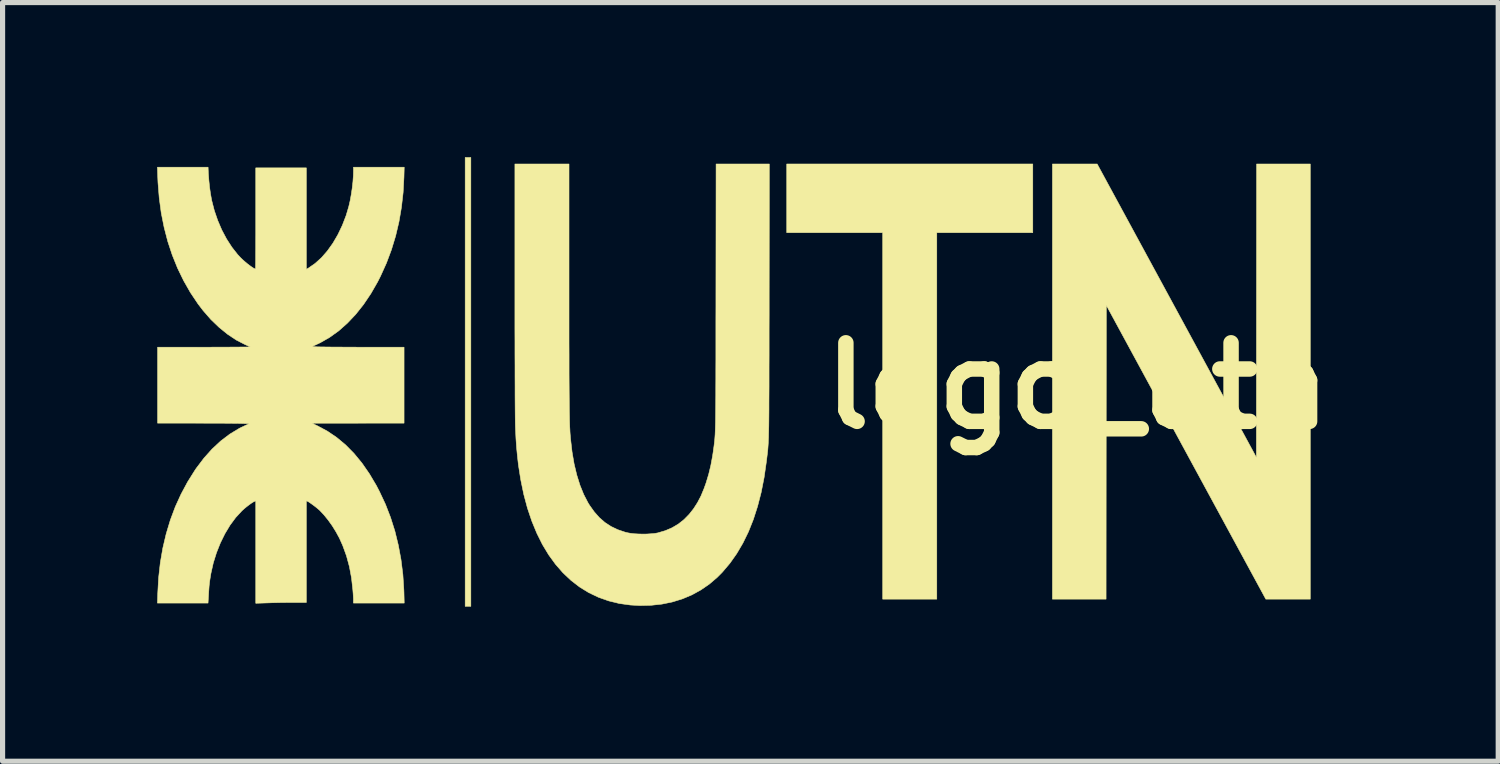
<source format=kicad_pcb>
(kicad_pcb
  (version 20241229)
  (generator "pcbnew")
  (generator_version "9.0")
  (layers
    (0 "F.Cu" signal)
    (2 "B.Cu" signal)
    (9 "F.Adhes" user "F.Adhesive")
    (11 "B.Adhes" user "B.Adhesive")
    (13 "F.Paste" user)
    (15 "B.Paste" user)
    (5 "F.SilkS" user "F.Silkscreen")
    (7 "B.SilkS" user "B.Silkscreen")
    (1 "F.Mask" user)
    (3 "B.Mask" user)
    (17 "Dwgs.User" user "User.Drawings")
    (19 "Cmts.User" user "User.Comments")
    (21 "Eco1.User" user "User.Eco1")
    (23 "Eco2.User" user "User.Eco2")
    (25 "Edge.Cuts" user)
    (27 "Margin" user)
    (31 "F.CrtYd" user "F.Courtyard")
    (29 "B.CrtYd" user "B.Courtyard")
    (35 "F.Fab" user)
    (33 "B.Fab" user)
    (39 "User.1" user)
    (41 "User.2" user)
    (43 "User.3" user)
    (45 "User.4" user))
  (footprint "logo_utn"
    (layer "F.Cu")
    (at 17.864 4.437)
    (property "Reference" "logo_utn" (at 0 0 0) (layer "F.SilkS") (effects (font (size 1.524 1.524) (thickness 0.3))))
    (attr through_hole)
    (fp_poly (pts (xy -11.777 4.28) (xy -11.887 4.28) (xy -11.887 -4.432) (xy -11.777 -4.432) (xy -11.777 4.28)) (stroke (width 0.01) (type solid)) (fill yes) (layer "F.SilkS"))
    (fp_poly (pts (xy -0.872 -2.972) (xy -2.735 -2.972) (xy -2.735 4.14) (xy -3.785 4.14) (xy -3.785 -2.972) (xy -5.647 -2.972) (xy -5.647 -4.305) (xy -0.872 -4.305) (xy -0.872 -2.972)) (stroke (width 0.01) (type solid)) (fill yes) (layer "F.SilkS"))
    (fp_poly (pts (xy 4.513 4.14) (xy 3.65 4.14) (xy 2.102 1.289) (xy 0.555 -1.562) (xy 0.552 1.289) (xy 0.55 4.14) (xy -0.491 4.14) (xy -0.491 -4.305) (xy 0.377 -4.305) (xy 1.922 -1.458) (xy 3.467 1.389) (xy 3.471 -4.305) (xy 4.513 -4.305) (xy 4.513 4.14)) (stroke (width 0.01) (type solid)) (fill yes) (layer "F.SilkS"))
    (fp_poly (pts (xy -9.872 -1.921) (xy -9.872 -1.614) (xy -9.872 -1.33) (xy -9.872 -1.07) (xy -9.872 -0.832) (xy -9.871 -0.615) (xy -9.871 -0.417) (xy -9.871 -0.238) (xy -9.87 -0.076) (xy -9.869 0.069) (xy -9.868 0.2) (xy -9.867 0.317) (xy -9.866 0.421) (xy -9.865 0.514) (xy -9.863 0.596) (xy -9.862 0.669) (xy -9.86 0.734) (xy -9.858 0.792) (xy -9.855 0.844) (xy -9.853 0.891) (xy -9.85 0.935) (xy -9.846 0.977) (xy -9.843 1.017) (xy -9.842 1.029) (xy -9.813 1.281) (xy -9.773 1.515) (xy -9.721 1.732) (xy -9.659 1.93) (xy -9.586 2.11) (xy -9.503 2.27) (xy -9.474 2.317) (xy -9.382 2.446) (xy -9.283 2.558) (xy -9.175 2.652) (xy -9.057 2.729) (xy -8.928 2.791) (xy -8.786 2.839) (xy -8.729 2.853) (xy -8.672 2.863) (xy -8.602 2.871) (xy -8.524 2.875) (xy -8.442 2.877) (xy -8.36 2.876) (xy -8.282 2.871) (xy -8.212 2.865) (xy -8.155 2.855) (xy -8.15 2.854) (xy -8.004 2.811) (xy -7.871 2.754) (xy -7.75 2.682) (xy -7.64 2.595) (xy -7.538 2.491) (xy -7.452 2.381) (xy -7.378 2.265) (xy -7.312 2.139) (xy -7.253 1.997) (xy -7.213 1.886) (xy -7.161 1.714) (xy -7.12 1.544) (xy -7.087 1.366) (xy -7.074 1.281) (xy -7.069 1.239) (xy -7.063 1.201) (xy -7.058 1.166) (xy -7.054 1.132) (xy -7.05 1.099) (xy -7.046 1.065) (xy -7.043 1.029) (xy -7.04 0.989) (xy -7.037 0.946) (xy -7.035 0.897) (xy -7.033 0.842) (xy -7.031 0.779) (xy -7.029 0.707) (xy -7.028 0.626) (xy -7.027 0.533) (xy -7.026 0.429) (xy -7.025 0.311) (xy -7.024 0.178) (xy -7.024 0.03) (xy -7.023 -0.135) (xy -7.023 -0.317) (xy -7.022 -0.519) (xy -7.022 -0.74) (xy -7.022 -0.983) (xy -7.022 -1.249) (xy -7.021 -1.538) (xy -7.021 -1.737) (xy -7.018 -4.305) (xy -5.985 -4.305) (xy -5.988 -1.68) (xy -5.988 -1.37) (xy -5.989 -1.085) (xy -5.989 -0.822) (xy -5.989 -0.582) (xy -5.99 -0.363) (xy -5.99 -0.163) (xy -5.99 0.018) (xy -5.991 0.181) (xy -5.992 0.329) (xy -5.992 0.461) (xy -5.993 0.579) (xy -5.994 0.684) (xy -5.995 0.777) (xy -5.997 0.86) (xy -5.999 0.933) (xy -6 0.998) (xy -6.003 1.055) (xy -6.005 1.107) (xy -6.008 1.153) (xy -6.011 1.196) (xy -6.014 1.235) (xy -6.018 1.274) (xy -6.022 1.312) (xy -6.027 1.35) (xy -6.032 1.391) (xy -6.037 1.434) (xy -6.042 1.473) (xy -6.086 1.779) (xy -6.143 2.068) (xy -6.213 2.339) (xy -6.295 2.594) (xy -6.39 2.832) (xy -6.498 3.053) (xy -6.618 3.257) (xy -6.751 3.445) (xy -6.897 3.617) (xy -6.996 3.717) (xy -7.148 3.847) (xy -7.312 3.96) (xy -7.486 4.056) (xy -7.671 4.134) (xy -7.865 4.194) (xy -8.068 4.236) (xy -8.278 4.259) (xy -8.495 4.264) (xy -8.679 4.254) (xy -8.897 4.224) (xy -9.104 4.173) (xy -9.302 4.103) (xy -9.49 4.013) (xy -9.667 3.904) (xy -9.833 3.776) (xy -9.989 3.629) (xy -10.133 3.464) (xy -10.266 3.281) (xy -10.387 3.081) (xy -10.496 2.862) (xy -10.593 2.627) (xy -10.678 2.375) (xy -10.75 2.106) (xy -10.809 1.821) (xy -10.854 1.533) (xy -10.873 1.365) (xy -10.889 1.201) (xy -10.901 1.031) (xy -10.91 0.847) (xy -10.913 0.768) (xy -10.914 0.727) (xy -10.915 0.661) (xy -10.916 0.572) (xy -10.917 0.461) (xy -10.918 0.328) (xy -10.919 0.176) (xy -10.919 0.004) (xy -10.92 -0.186) (xy -10.92 -0.392) (xy -10.921 -0.615) (xy -10.921 -0.852) (xy -10.922 -1.103) (xy -10.922 -1.367) (xy -10.922 -1.642) (xy -10.922 -1.889) (xy -10.922 -4.305) (xy -9.872 -4.305) (xy -9.872 -1.921)) (stroke (width 0.01) (type solid)) (fill yes) (layer "F.SilkS"))
    (fp_poly (pts (xy -16.876 -4.242) (xy -16.871 -4.125) (xy -16.861 -3.991) (xy -16.847 -3.853) (xy -16.828 -3.721) (xy -16.807 -3.604) (xy -16.806 -3.599) (xy -16.755 -3.401) (xy -16.689 -3.209) (xy -16.61 -3.024) (xy -16.518 -2.851) (xy -16.415 -2.691) (xy -16.304 -2.549) (xy -16.239 -2.48) (xy -16.201 -2.444) (xy -16.159 -2.407) (xy -16.115 -2.37) (xy -16.072 -2.337) (xy -16.032 -2.308) (xy -15.998 -2.286) (xy -15.972 -2.272) (xy -15.958 -2.269) (xy -15.956 -2.27) (xy -15.955 -2.284) (xy -15.955 -2.321) (xy -15.954 -2.379) (xy -15.953 -2.457) (xy -15.953 -2.553) (xy -15.952 -2.664) (xy -15.952 -2.789) (xy -15.951 -2.925) (xy -15.951 -3.072) (xy -15.951 -3.226) (xy -15.951 -3.253) (xy -15.951 -4.229) (xy -14.969 -4.229) (xy -14.969 -2.261) (xy -14.927 -2.286) (xy -14.799 -2.375) (xy -14.676 -2.486) (xy -14.561 -2.618) (xy -14.454 -2.768) (xy -14.357 -2.934) (xy -14.271 -3.114) (xy -14.197 -3.306) (xy -14.145 -3.482) (xy -14.12 -3.59) (xy -14.098 -3.711) (xy -14.079 -3.838) (xy -14.065 -3.963) (xy -14.057 -4.079) (xy -14.055 -4.153) (xy -14.055 -4.242) (xy -13.562 -4.242) (xy -13.07 -4.242) (xy -13.075 -4.048) (xy -13.091 -3.752) (xy -13.124 -3.463) (xy -13.172 -3.182) (xy -13.237 -2.907) (xy -13.318 -2.641) (xy -13.415 -2.382) (xy -13.528 -2.132) (xy -13.585 -2.019) (xy -13.717 -1.789) (xy -13.86 -1.577) (xy -14.012 -1.386) (xy -14.173 -1.216) (xy -14.341 -1.067) (xy -14.518 -0.94) (xy -14.7 -0.836) (xy -14.749 -0.813) (xy -14.787 -0.795) (xy -14.822 -0.779) (xy -14.848 -0.767) (xy -14.859 -0.762) (xy -14.854 -0.76) (xy -14.832 -0.759) (xy -14.796 -0.758) (xy -14.746 -0.756) (xy -14.684 -0.755) (xy -14.61 -0.754) (xy -14.525 -0.753) (xy -14.431 -0.752) (xy -14.328 -0.752) (xy -14.219 -0.751) (xy -14.102 -0.751) (xy -13.981 -0.75) (xy -13.976 -0.75) (xy -13.073 -0.749) (xy -13.073 0.724) (xy -13.968 0.725) (xy -14.863 0.725) (xy -14.755 0.776) (xy -14.564 0.878) (xy -14.382 1.001) (xy -14.209 1.145) (xy -14.045 1.311) (xy -13.891 1.498) (xy -13.746 1.707) (xy -13.61 1.936) (xy -13.55 2.052) (xy -13.434 2.299) (xy -13.335 2.555) (xy -13.251 2.82) (xy -13.184 3.094) (xy -13.132 3.375) (xy -13.096 3.663) (xy -13.077 3.957) (xy -13.075 4.01) (xy -13.07 4.216) (xy -14.055 4.216) (xy -14.056 4.188) (xy -14.056 4.157) (xy -14.055 4.143) (xy -14.056 4.125) (xy -14.058 4.086) (xy -14.061 4.034) (xy -14.066 3.971) (xy -14.067 3.959) (xy -14.093 3.727) (xy -14.134 3.507) (xy -14.191 3.298) (xy -14.263 3.1) (xy -14.327 2.957) (xy -14.392 2.837) (xy -14.466 2.717) (xy -14.547 2.604) (xy -14.629 2.503) (xy -14.708 2.419) (xy -14.711 2.416) (xy -14.74 2.391) (xy -14.776 2.361) (xy -14.817 2.329) (xy -14.858 2.299) (xy -14.896 2.272) (xy -14.926 2.252) (xy -14.946 2.241) (xy -14.946 2.241) (xy -14.969 2.232) (xy -14.969 4.204) (xy -15.205 4.204) (xy -15.281 4.204) (xy -15.368 4.205) (xy -15.461 4.206) (xy -15.554 4.208) (xy -15.641 4.21) (xy -15.696 4.212) (xy -15.951 4.22) (xy -15.951 2.232) (xy -15.973 2.241) (xy -16 2.255) (xy -16.038 2.279) (xy -16.082 2.311) (xy -16.129 2.347) (xy -16.174 2.384) (xy -16.215 2.421) (xy -16.222 2.428) (xy -16.341 2.557) (xy -16.451 2.706) (xy -16.55 2.871) (xy -16.638 3.05) (xy -16.713 3.239) (xy -16.775 3.437) (xy -16.821 3.641) (xy -16.83 3.696) (xy -16.839 3.752) (xy -16.846 3.798) (xy -16.851 3.842) (xy -16.856 3.888) (xy -16.86 3.945) (xy -16.865 4.017) (xy -16.867 4.054) (xy -16.877 4.216) (xy -17.859 4.216) (xy -17.853 4.029) (xy -17.836 3.726) (xy -17.803 3.431) (xy -17.754 3.147) (xy -17.689 2.872) (xy -17.609 2.606) (xy -17.513 2.349) (xy -17.401 2.103) (xy -17.274 1.866) (xy -17.131 1.638) (xy -17.106 1.601) (xy -16.956 1.403) (xy -16.798 1.226) (xy -16.63 1.07) (xy -16.453 0.936) (xy -16.266 0.823) (xy -16.087 0.738) (xy -16.09 0.736) (xy -16.109 0.734) (xy -16.146 0.732) (xy -16.199 0.731) (xy -16.269 0.729) (xy -16.355 0.728) (xy -16.458 0.727) (xy -16.577 0.726) (xy -16.712 0.726) (xy -16.863 0.725) (xy -16.957 0.725) (xy -17.856 0.724) (xy -17.856 -0.749) (xy -16.952 -0.75) (xy -16.83 -0.75) (xy -16.713 -0.751) (xy -16.603 -0.751) (xy -16.499 -0.751) (xy -16.403 -0.752) (xy -16.317 -0.752) (xy -16.242 -0.753) (xy -16.177 -0.753) (xy -16.126 -0.754) (xy -16.088 -0.754) (xy -16.064 -0.755) (xy -16.057 -0.756) (xy -16.057 -0.756) (xy -16.068 -0.761) (xy -16.092 -0.771) (xy -16.125 -0.786) (xy -16.159 -0.801) (xy -16.33 -0.889) (xy -16.498 -1.001) (xy -16.663 -1.135) (xy -16.822 -1.288) (xy -16.972 -1.46) (xy -17.071 -1.589) (xy -17.219 -1.81) (xy -17.351 -2.042) (xy -17.469 -2.285) (xy -17.571 -2.538) (xy -17.658 -2.801) (xy -17.729 -3.074) (xy -17.785 -3.355) (xy -17.824 -3.645) (xy -17.848 -3.943) (xy -17.853 -4.056) (xy -17.859 -4.242) (xy -17.368 -4.242) (xy -16.876 -4.242)) (stroke (width 0.01) (type solid)) (fill yes) (layer "F.SilkS")))
  (gr_rect
    (start -3 -3)
    (end 26.024 11.722)
    (stroke (width 0.1) (type default))
    (fill no)
    (layer "Edge.Cuts")))
</source>
